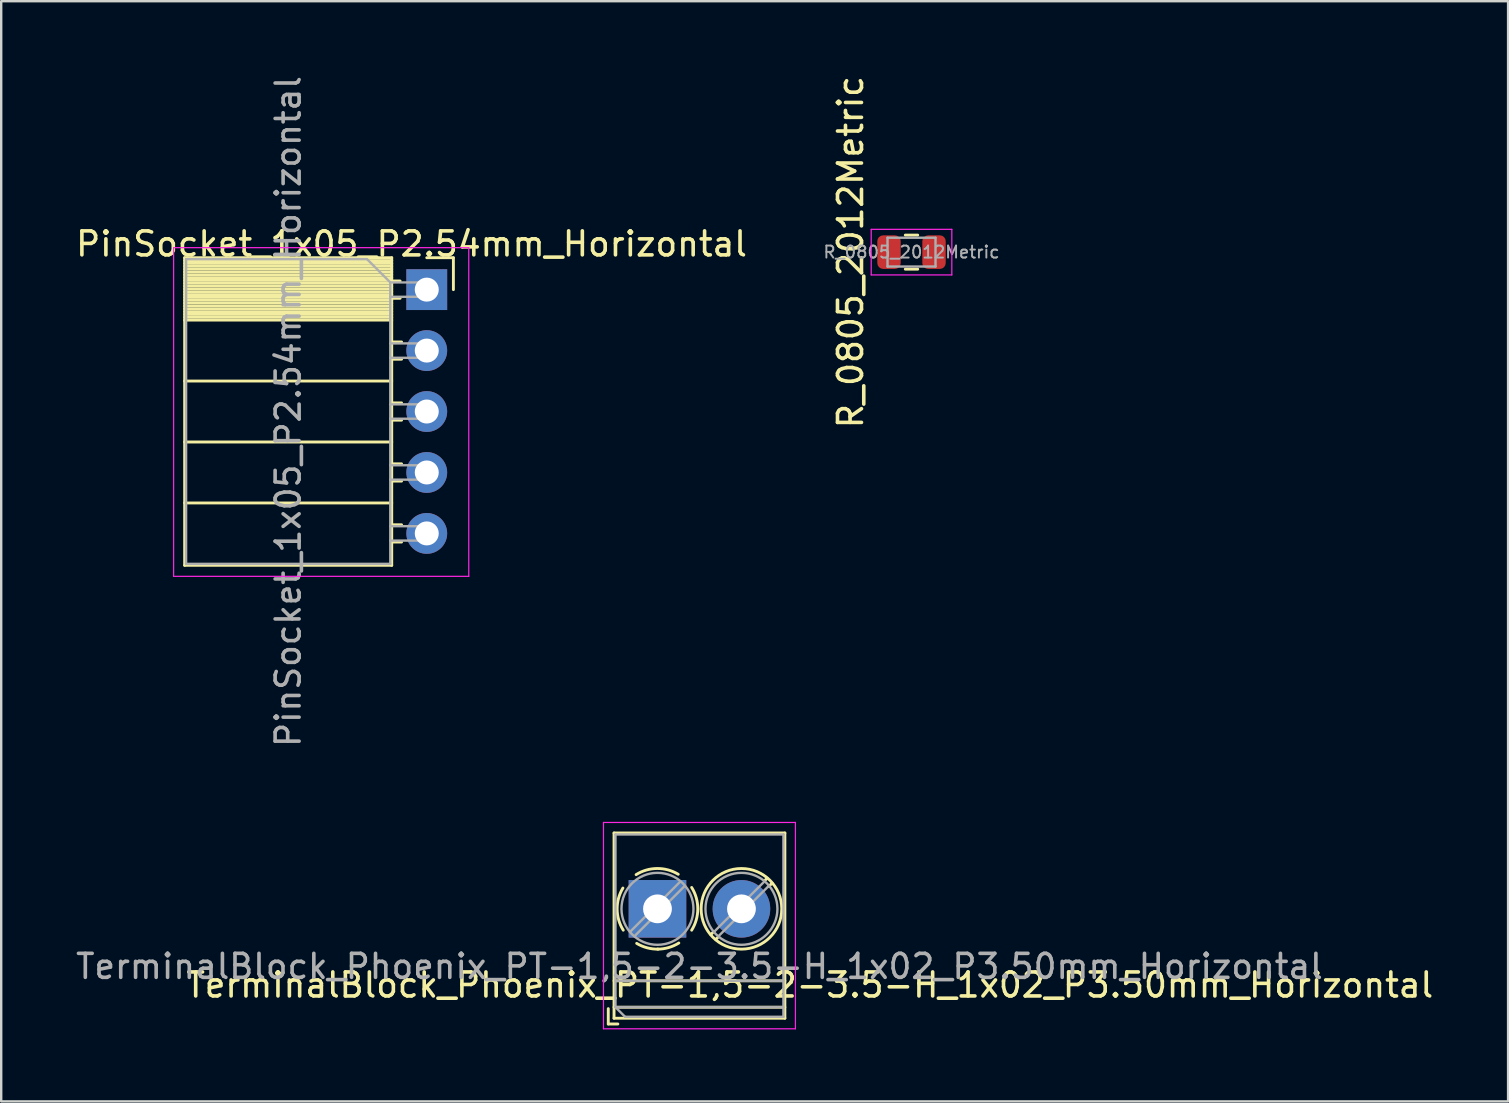
<source format=kicad_pcb>
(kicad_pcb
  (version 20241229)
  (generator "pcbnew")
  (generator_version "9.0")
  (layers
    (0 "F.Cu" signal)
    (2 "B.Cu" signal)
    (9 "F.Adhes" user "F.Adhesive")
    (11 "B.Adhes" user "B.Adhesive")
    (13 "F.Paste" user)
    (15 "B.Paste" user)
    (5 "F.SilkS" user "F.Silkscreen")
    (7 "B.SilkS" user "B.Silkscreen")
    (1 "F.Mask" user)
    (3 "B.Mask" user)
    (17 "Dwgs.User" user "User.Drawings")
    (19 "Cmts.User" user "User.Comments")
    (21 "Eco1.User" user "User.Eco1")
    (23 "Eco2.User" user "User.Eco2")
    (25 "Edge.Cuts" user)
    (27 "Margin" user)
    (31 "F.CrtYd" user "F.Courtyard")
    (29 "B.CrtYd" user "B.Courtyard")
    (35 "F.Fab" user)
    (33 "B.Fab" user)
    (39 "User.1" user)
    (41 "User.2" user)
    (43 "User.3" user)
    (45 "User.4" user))
  (footprint "PinSocket_1x05_P2.54mm_Horizontal"
    (layer "F.Cu")
    (at 14.736 9.021)
    (property "Reference" "PinSocket_1x05_P2.54mm_Horizontal" (at -0.635 -1.905 0) (layer "F.SilkS") (effects (font (size 1 1) (thickness 0.15))))
    (attr through_hole)
    (fp_line (start -10.09 -1.33) (end -10.09 11.49) (stroke (width 0.12) (type solid)) (layer "F.SilkS"))
    (fp_line (start -10.09 -1.33) (end -1.46 -1.33) (stroke (width 0.12) (type solid)) (layer "F.SilkS"))
    (fp_line (start -10.09 -1.21) (end -1.46 -1.21) (stroke (width 0.12) (type solid)) (layer "F.SilkS"))
    (fp_line (start -10.09 -1.092) (end -1.46 -1.092) (stroke (width 0.12) (type solid)) (layer "F.SilkS"))
    (fp_line (start -10.09 -0.974) (end -1.46 -0.974) (stroke (width 0.12) (type solid)) (layer "F.SilkS"))
    (fp_line (start -10.09 -0.856) (end -1.46 -0.856) (stroke (width 0.12) (type solid)) (layer "F.SilkS"))
    (fp_line (start -10.09 -0.738) (end -1.46 -0.738) (stroke (width 0.12) (type solid)) (layer "F.SilkS"))
    (fp_line (start -10.09 -0.62) (end -1.46 -0.62) (stroke (width 0.12) (type solid)) (layer "F.SilkS"))
    (fp_line (start -10.09 -0.501) (end -1.46 -0.501) (stroke (width 0.12) (type solid)) (layer "F.SilkS"))
    (fp_line (start -10.09 -0.383) (end -1.46 -0.383) (stroke (width 0.12) (type solid)) (layer "F.SilkS"))
    (fp_line (start -10.09 -0.265) (end -1.46 -0.265) (stroke (width 0.12) (type solid)) (layer "F.SilkS"))
    (fp_line (start -10.09 -0.147) (end -1.46 -0.147) (stroke (width 0.12) (type solid)) (layer "F.SilkS"))
    (fp_line (start -10.09 -0.029) (end -1.46 -0.029) (stroke (width 0.12) (type solid)) (layer "F.SilkS"))
    (fp_line (start -10.09 0.089) (end -1.46 0.089) (stroke (width 0.12) (type solid)) (layer "F.SilkS"))
    (fp_line (start -10.09 0.207) (end -1.46 0.207) (stroke (width 0.12) (type solid)) (layer "F.SilkS"))
    (fp_line (start -10.09 0.325) (end -1.46 0.325) (stroke (width 0.12) (type solid)) (layer "F.SilkS"))
    (fp_line (start -10.09 0.443) (end -1.46 0.443) (stroke (width 0.12) (type solid)) (layer "F.SilkS"))
    (fp_line (start -10.09 0.561) (end -1.46 0.561) (stroke (width 0.12) (type solid)) (layer "F.SilkS"))
    (fp_line (start -10.09 0.68) (end -1.46 0.68) (stroke (width 0.12) (type solid)) (layer "F.SilkS"))
    (fp_line (start -10.09 0.798) (end -1.46 0.798) (stroke (width 0.12) (type solid)) (layer "F.SilkS"))
    (fp_line (start -10.09 0.916) (end -1.46 0.916) (stroke (width 0.12) (type solid)) (layer "F.SilkS"))
    (fp_line (start -10.09 1.034) (end -1.46 1.034) (stroke (width 0.12) (type solid)) (layer "F.SilkS"))
    (fp_line (start -10.09 1.152) (end -1.46 1.152) (stroke (width 0.12) (type solid)) (layer "F.SilkS"))
    (fp_line (start -10.09 1.27) (end -1.46 1.27) (stroke (width 0.12) (type solid)) (layer "F.SilkS"))
    (fp_line (start -10.09 3.81) (end -1.46 3.81) (stroke (width 0.12) (type solid)) (layer "F.SilkS"))
    (fp_line (start -10.09 6.35) (end -1.46 6.35) (stroke (width 0.12) (type solid)) (layer "F.SilkS"))
    (fp_line (start -10.09 8.89) (end -1.46 8.89) (stroke (width 0.12) (type solid)) (layer "F.SilkS"))
    (fp_line (start -10.09 11.49) (end -1.46 11.49) (stroke (width 0.12) (type solid)) (layer "F.SilkS"))
    (fp_line (start -1.46 -1.33) (end -1.46 11.49) (stroke (width 0.12) (type solid)) (layer "F.SilkS"))
    (fp_line (start -1.46 -0.36) (end -1.11 -0.36) (stroke (width 0.12) (type solid)) (layer "F.SilkS"))
    (fp_line (start -1.46 0.36) (end -1.11 0.36) (stroke (width 0.12) (type solid)) (layer "F.SilkS"))
    (fp_line (start -1.46 2.18) (end -1.05 2.18) (stroke (width 0.12) (type solid)) (layer "F.SilkS"))
    (fp_line (start -1.46 2.9) (end -1.05 2.9) (stroke (width 0.12) (type solid)) (layer "F.SilkS"))
    (fp_line (start -1.46 4.72) (end -1.05 4.72) (stroke (width 0.12) (type solid)) (layer "F.SilkS"))
    (fp_line (start -1.46 5.44) (end -1.05 5.44) (stroke (width 0.12) (type solid)) (layer "F.SilkS"))
    (fp_line (start -1.46 7.26) (end -1.05 7.26) (stroke (width 0.12) (type solid)) (layer "F.SilkS"))
    (fp_line (start -1.46 7.98) (end -1.05 7.98) (stroke (width 0.12) (type solid)) (layer "F.SilkS"))
    (fp_line (start -1.46 9.8) (end -1.05 9.8) (stroke (width 0.12) (type solid)) (layer "F.SilkS"))
    (fp_line (start -1.46 10.52) (end -1.05 10.52) (stroke (width 0.12) (type solid)) (layer "F.SilkS"))
    (fp_line (start 0 -1.33) (end 1.11 -1.33) (stroke (width 0.12) (type solid)) (layer "F.SilkS"))
    (fp_line (start 1.11 -1.33) (end 1.11 0) (stroke (width 0.12) (type solid)) (layer "F.SilkS"))
    (fp_line (start -10.55 -1.75) (end -10.55 11.95) (stroke (width 0.05) (type solid)) (layer "F.CrtYd"))
    (fp_line (start -10.55 11.95) (end 1.75 11.95) (stroke (width 0.05) (type solid)) (layer "F.CrtYd"))
    (fp_line (start 1.75 -1.75) (end -10.55 -1.75) (stroke (width 0.05) (type solid)) (layer "F.CrtYd"))
    (fp_line (start 1.75 11.95) (end 1.75 -1.75) (stroke (width 0.05) (type solid)) (layer "F.CrtYd"))
    (fp_line (start -10.03 -1.27) (end -2.49 -1.27) (stroke (width 0.1) (type solid)) (layer "F.Fab"))
    (fp_line (start -10.03 11.43) (end -10.03 -1.27) (stroke (width 0.1) (type solid)) (layer "F.Fab"))
    (fp_line (start -2.49 -1.27) (end -1.52 -0.3) (stroke (width 0.1) (type solid)) (layer "F.Fab"))
    (fp_line (start -1.52 -0.3) (end -1.52 11.43) (stroke (width 0.1) (type solid)) (layer "F.Fab"))
    (fp_line (start -1.52 0.3) (end 0 0.3) (stroke (width 0.1) (type solid)) (layer "F.Fab"))
    (fp_line (start -1.52 2.84) (end 0 2.84) (stroke (width 0.1) (type solid)) (layer "F.Fab"))
    (fp_line (start -1.52 5.38) (end 0 5.38) (stroke (width 0.1) (type solid)) (layer "F.Fab"))
    (fp_line (start -1.52 7.92) (end 0 7.92) (stroke (width 0.1) (type solid)) (layer "F.Fab"))
    (fp_line (start -1.52 10.46) (end 0 10.46) (stroke (width 0.1) (type solid)) (layer "F.Fab"))
    (fp_line (start -1.52 11.43) (end -10.03 11.43) (stroke (width 0.1) (type solid)) (layer "F.Fab"))
    (fp_line (start 0 -0.3) (end -1.52 -0.3) (stroke (width 0.1) (type solid)) (layer "F.Fab"))
    (fp_line (start 0 0.3) (end 0 -0.3) (stroke (width 0.1) (type solid)) (layer "F.Fab"))
    (fp_line (start 0 2.24) (end -1.52 2.24) (stroke (width 0.1) (type solid)) (layer "F.Fab"))
    (fp_line (start 0 2.84) (end 0 2.24) (stroke (width 0.1) (type solid)) (layer "F.Fab"))
    (fp_line (start 0 4.78) (end -1.52 4.78) (stroke (width 0.1) (type solid)) (layer "F.Fab"))
    (fp_line (start 0 5.38) (end 0 4.78) (stroke (width 0.1) (type solid)) (layer "F.Fab"))
    (fp_line (start 0 7.32) (end -1.52 7.32) (stroke (width 0.1) (type solid)) (layer "F.Fab"))
    (fp_line (start 0 7.92) (end 0 7.32) (stroke (width 0.1) (type solid)) (layer "F.Fab"))
    (fp_line (start 0 9.86) (end -1.52 9.86) (stroke (width 0.1) (type solid)) (layer "F.Fab"))
    (fp_line (start 0 10.46) (end 0 9.86) (stroke (width 0.1) (type solid)) (layer "F.Fab"))
    (fp_text user "${REFERENCE}" (at -5.775 5.08 90) (layer "F.Fab") (effects (font (size 1 1) (thickness 0.15))))
    (pad "1" thru_hole rect (at 0 0) (size 1.7 1.7) (drill 1) (layers "*.Cu" "*.Mask"))
    (pad "2" thru_hole oval (at 0 2.54) (size 1.7 1.7) (drill 1) (layers "*.Cu" "*.Mask"))
    (pad "3" thru_hole oval (at 0 5.08) (size 1.7 1.7) (drill 1) (layers "*.Cu" "*.Mask"))
    (pad "4" thru_hole oval (at 0 7.62) (size 1.7 1.7) (drill 1) (layers "*.Cu" "*.Mask"))
    (pad "5" thru_hole oval (at 0 10.16) (size 1.7 1.7) (drill 1) (layers "*.Cu" "*.Mask")))
  (footprint "TerminalBlock_Phoenix_PT-1,5-2-3.5-H_1x02_P3.50mm_Horizontal"
    (layer "F.Cu")
    (at 24.351 34.827)
    (property "Reference" "TerminalBlock_Phoenix_PT-1,5-2-3.5-H_1x02_P3.50mm_Horizontal" (at 6.35 3.175 0) (layer "F.SilkS") (effects (font (size 1 1) (thickness 0.15))))
    (attr through_hole)
    (fp_line (start -2.05 4.16) (end -2.05 4.8) (stroke (width 0.12) (type solid)) (layer "F.SilkS"))
    (fp_line (start -2.05 4.8) (end -1.65 4.8) (stroke (width 0.12) (type solid)) (layer "F.SilkS"))
    (fp_line (start -1.81 -3.16) (end -1.81 4.56) (stroke (width 0.12) (type solid)) (layer "F.SilkS"))
    (fp_line (start -1.81 -3.16) (end 5.31 -3.16) (stroke (width 0.12) (type solid)) (layer "F.SilkS"))
    (fp_line (start -1.81 3) (end 5.31 3) (stroke (width 0.12) (type solid)) (layer "F.SilkS"))
    (fp_line (start -1.81 4.1) (end 5.31 4.1) (stroke (width 0.12) (type solid)) (layer "F.SilkS"))
    (fp_line (start -1.81 4.56) (end 5.31 4.56) (stroke (width 0.12) (type solid)) (layer "F.SilkS"))
    (fp_line (start 2.355 0.941) (end 2.226 1.069) (stroke (width 0.12) (type solid)) (layer "F.SilkS"))
    (fp_line (start 2.525 1.181) (end 2.431 1.274) (stroke (width 0.12) (type solid)) (layer "F.SilkS"))
    (fp_line (start 4.57 -1.275) (end 4.476 -1.181) (stroke (width 0.12) (type solid)) (layer "F.SilkS"))
    (fp_line (start 4.775 -1.069) (end 4.646 -0.941) (stroke (width 0.12) (type solid)) (layer "F.SilkS"))
    (fp_line (start 5.31 -3.16) (end 5.31 4.56) (stroke (width 0.12) (type solid)) (layer "F.SilkS"))
    (fp_arc (start -1.425358 0.889894) (mid -1.680286 0.014012) (end -1.44 -0.866) (stroke (width 0.12) (type solid)) (layer "F.SilkS"))
    (fp_arc (start -0.889894 -1.425358) (mid -0.014012 -1.680286) (end 0.866 -1.44) (stroke (width 0.12) (type solid)) (layer "F.SilkS"))
    (fp_arc (start 0.028674 1.680099) (mid -0.435535 1.622918) (end -0.866 1.44) (stroke (width 0.12) (type solid)) (layer "F.SilkS"))
    (fp_arc (start 0.890264 1.424721) (mid 0.463071 1.61492) (end 0 1.68) (stroke (width 0.12) (type solid)) (layer "F.SilkS"))
    (fp_arc (start 1.425504 -0.890193) (mid 1.680626 0.000476) (end 1.425 0.891) (stroke (width 0.12) (type solid)) (layer "F.SilkS"))
    (fp_circle (center 3.5 0) (end 5.18 0) (stroke (width 0.12) (type solid)) (fill no) (layer "F.SilkS"))
    (fp_line (start -2.25 -3.6) (end -2.25 5) (stroke (width 0.05) (type solid)) (layer "F.CrtYd"))
    (fp_line (start -2.25 5) (end 5.75 5) (stroke (width 0.05) (type solid)) (layer "F.CrtYd"))
    (fp_line (start 5.75 -3.6) (end -2.25 -3.6) (stroke (width 0.05) (type solid)) (layer "F.CrtYd"))
    (fp_line (start 5.75 5) (end 5.75 -3.6) (stroke (width 0.05) (type solid)) (layer "F.CrtYd"))
    (fp_line (start -1.75 -3.1) (end 5.25 -3.1) (stroke (width 0.1) (type solid)) (layer "F.Fab"))
    (fp_line (start -1.75 3) (end 5.25 3) (stroke (width 0.1) (type solid)) (layer "F.Fab"))
    (fp_line (start -1.75 4.1) (end -1.75 -3.1) (stroke (width 0.1) (type solid)) (layer "F.Fab"))
    (fp_line (start -1.75 4.1) (end 5.25 4.1) (stroke (width 0.1) (type solid)) (layer "F.Fab"))
    (fp_line (start -1.35 4.5) (end -1.75 4.1) (stroke (width 0.1) (type solid)) (layer "F.Fab"))
    (fp_line (start 0.955 -1.138) (end -1.138 0.955) (stroke (width 0.1) (type solid)) (layer "F.Fab"))
    (fp_line (start 1.138 -0.955) (end -0.955 1.138) (stroke (width 0.1) (type solid)) (layer "F.Fab"))
    (fp_line (start 4.455 -1.138) (end 2.363 0.955) (stroke (width 0.1) (type solid)) (layer "F.Fab"))
    (fp_line (start 4.638 -0.955) (end 2.546 1.138) (stroke (width 0.1) (type solid)) (layer "F.Fab"))
    (fp_line (start 5.25 -3.1) (end 5.25 4.5) (stroke (width 0.1) (type solid)) (layer "F.Fab"))
    (fp_line (start 5.25 4.5) (end -1.35 4.5) (stroke (width 0.1) (type solid)) (layer "F.Fab"))
    (fp_circle (center 0 0) (end 1.5 0) (stroke (width 0.1) (type solid)) (fill no) (layer "F.Fab"))
    (fp_circle (center 3.5 0) (end 5 0) (stroke (width 0.1) (type solid)) (fill no) (layer "F.Fab"))
    (fp_text user "${REFERENCE}" (at 1.75 2.4 0) (layer "F.Fab") (effects (font (size 1 1) (thickness 0.15))))
    (pad "1" thru_hole rect (at 0 0) (size 2.4 2.4) (drill 1.2) (layers "*.Cu" "*.Mask"))
    (pad "2" thru_hole circle (at 3.5 0) (size 2.4 2.4) (drill 1.2) (layers "*.Cu" "*.Mask")))
  (footprint "R_0805_2012Metric"
    (layer "F.Cu")
    (at 34.939 7.458)
    (property "Reference" "R_0805_2012Metric" (at -2.54 0 90) (layer "F.SilkS") (effects (font (size 1 1) (thickness 0.15))))
    (attr smd)
    (fp_line (start -0.259 -0.71) (end 0.259 -0.71) (stroke (width 0.12) (type solid)) (layer "F.SilkS"))
    (fp_line (start -0.259 0.71) (end 0.259 0.71) (stroke (width 0.12) (type solid)) (layer "F.SilkS"))
    (fp_line (start -1.68 -0.95) (end 1.68 -0.95) (stroke (width 0.05) (type solid)) (layer "F.CrtYd"))
    (fp_line (start -1.68 0.95) (end -1.68 -0.95) (stroke (width 0.05) (type solid)) (layer "F.CrtYd"))
    (fp_line (start 1.68 -0.95) (end 1.68 0.95) (stroke (width 0.05) (type solid)) (layer "F.CrtYd"))
    (fp_line (start 1.68 0.95) (end -1.68 0.95) (stroke (width 0.05) (type solid)) (layer "F.CrtYd"))
    (fp_line (start -1 -0.6) (end 1 -0.6) (stroke (width 0.1) (type solid)) (layer "F.Fab"))
    (fp_line (start -1 0.6) (end -1 -0.6) (stroke (width 0.1) (type solid)) (layer "F.Fab"))
    (fp_line (start 1 -0.6) (end 1 0.6) (stroke (width 0.1) (type solid)) (layer "F.Fab"))
    (fp_line (start 1 0.6) (end -1 0.6) (stroke (width 0.1) (type solid)) (layer "F.Fab"))
    (fp_text user "${REFERENCE}" (at 0 0 0) (layer "F.Fab") (effects (font (size 0.5 0.5) (thickness 0.08))))
    (pad "1" smd roundrect (at -0.938 0) (size 0.975 1.4) (layers "F.Cu" "F.Mask" "F.Paste") (roundrect_rratio 0.25))
    (pad "2" smd roundrect (at 0.938 0) (size 0.975 1.4) (layers "F.Cu" "F.Mask" "F.Paste") (roundrect_rratio 0.25)))
  (gr_rect
    (start -3 -3)
    (end 59.802 42.852)
    (stroke (width 0.1) (type default))
    (fill no)
    (layer "Edge.Cuts")))
</source>
